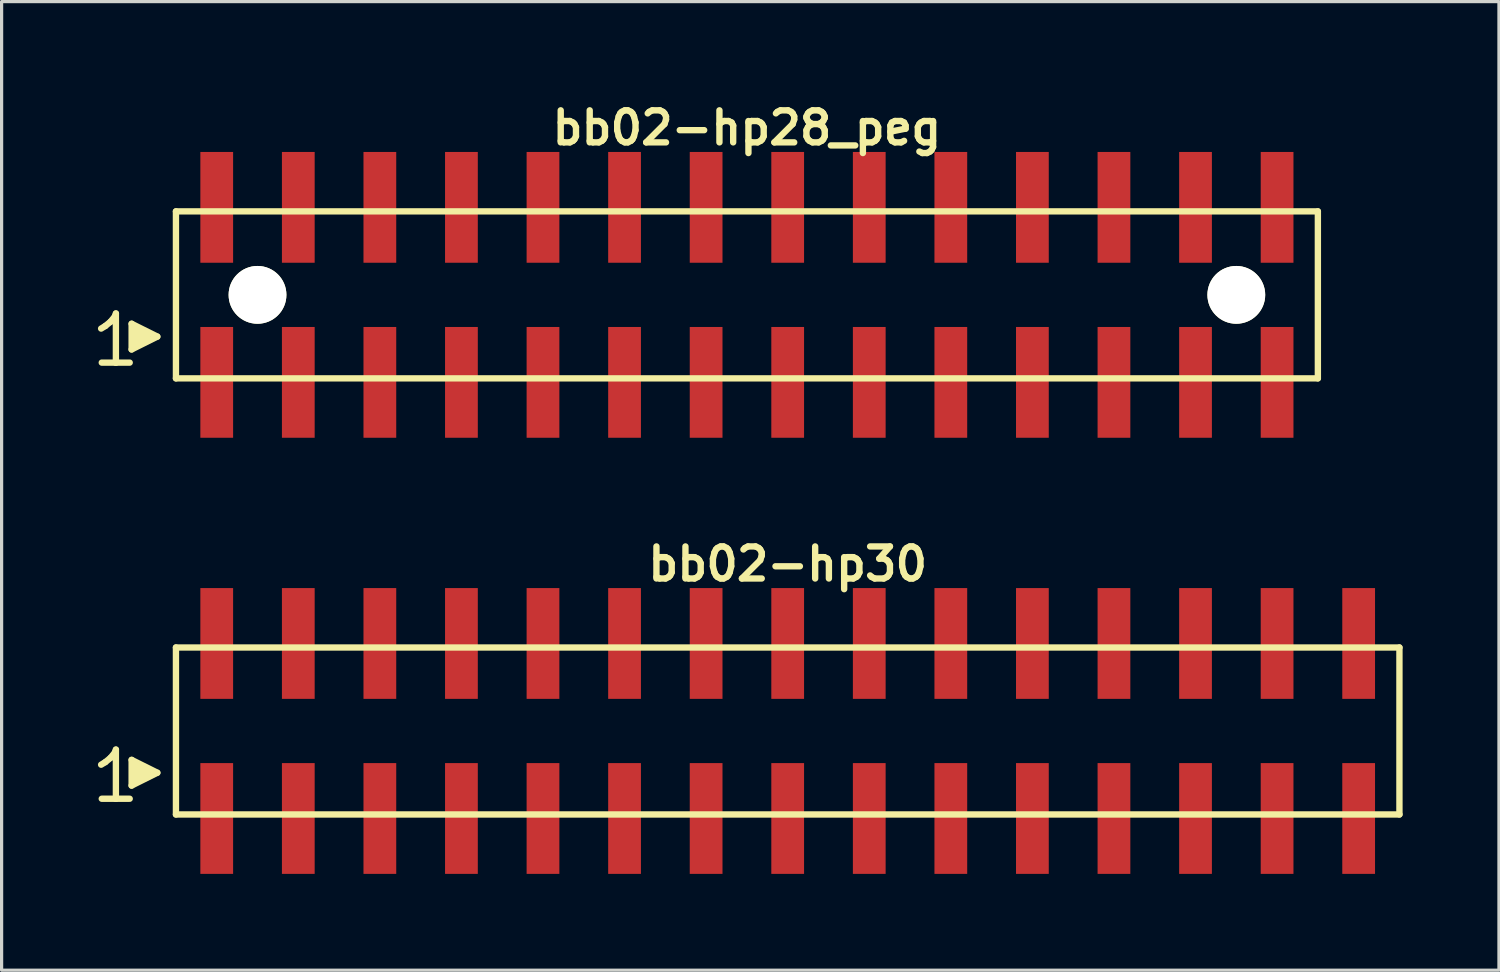
<source format=kicad_pcb>
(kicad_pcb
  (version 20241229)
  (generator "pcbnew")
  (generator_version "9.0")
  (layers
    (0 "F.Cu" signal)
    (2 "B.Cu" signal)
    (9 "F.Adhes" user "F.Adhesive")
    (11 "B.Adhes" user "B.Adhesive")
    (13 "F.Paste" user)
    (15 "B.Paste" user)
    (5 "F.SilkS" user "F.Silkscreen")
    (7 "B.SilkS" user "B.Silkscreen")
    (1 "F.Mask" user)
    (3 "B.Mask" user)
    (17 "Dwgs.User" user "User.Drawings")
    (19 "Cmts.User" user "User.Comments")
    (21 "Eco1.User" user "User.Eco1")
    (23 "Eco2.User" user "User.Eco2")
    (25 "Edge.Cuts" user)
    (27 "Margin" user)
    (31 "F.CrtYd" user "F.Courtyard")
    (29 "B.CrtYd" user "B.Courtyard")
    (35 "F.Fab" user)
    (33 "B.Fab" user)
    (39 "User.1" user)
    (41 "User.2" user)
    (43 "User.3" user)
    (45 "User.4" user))
  (footprint "bb02-hp30"
    (layer "F.Cu")
    (at 21.479 19.713)
    (property "Reference" "bb02-hp30" (at 0 -5.2 0) (layer "F.SilkS") (effects (font (size 0.998 0.998) (thickness 0.198))))
    (attr through_hole)
    (fp_line (start -21.38 1.05) (end -21.25 0.97) (stroke (width 0.198) (type solid)) (layer "F.SilkS"))
    (fp_line (start -21.25 0.97) (end -21.09 0.84) (stroke (width 0.198) (type solid)) (layer "F.SilkS"))
    (fp_line (start -21.09 0.84) (end -20.95 0.67) (stroke (width 0.198) (type solid)) (layer "F.SilkS"))
    (fp_line (start -20.95 0.67) (end -20.92 0.58) (stroke (width 0.198) (type solid)) (layer "F.SilkS"))
    (fp_line (start -20.92 0.58) (end -20.92 2.11) (stroke (width 0.198) (type solid)) (layer "F.SilkS"))
    (fp_line (start -20.92 2.11) (end -21.36 2.11) (stroke (width 0.198) (type solid)) (layer "F.SilkS"))
    (fp_line (start -20.49 2.11) (end -20.93 2.11) (stroke (width 0.198) (type solid)) (layer "F.SilkS"))
    (fp_line (start -20.43 0.9) (end -19.63 1.3) (stroke (width 0.198) (type solid)) (layer "F.SilkS"))
    (fp_line (start -20.43 1.7) (end -20.43 0.9) (stroke (width 0.198) (type solid)) (layer "F.SilkS"))
    (fp_line (start -20.33 1.6) (end -20.33 1) (stroke (width 0.198) (type solid)) (layer "F.SilkS"))
    (fp_line (start -20.23 1.1) (end -20.23 1.5) (stroke (width 0.198) (type solid)) (layer "F.SilkS"))
    (fp_line (start -20.13 1.5) (end -20.13 1.1) (stroke (width 0.198) (type solid)) (layer "F.SilkS"))
    (fp_line (start -20.03 1.2) (end -20.03 1.4) (stroke (width 0.198) (type solid)) (layer "F.SilkS"))
    (fp_line (start -19.93 1.4) (end -19.93 1.2) (stroke (width 0.198) (type solid)) (layer "F.SilkS"))
    (fp_line (start -19.63 1.3) (end -20.43 1.7) (stroke (width 0.198) (type solid)) (layer "F.SilkS"))
    (fp_line (start -19.05 -2.6) (end -19.05 2.6) (stroke (width 0.198) (type solid)) (layer "F.SilkS"))
    (fp_line (start -19.05 -2.6) (end 19.05 -2.6) (stroke (width 0.198) (type solid)) (layer "F.SilkS"))
    (fp_line (start 19.05 2.6) (end -19.05 2.6) (stroke (width 0.198) (type solid)) (layer "F.SilkS"))
    (fp_line (start 19.05 2.6) (end 19.05 -2.6) (stroke (width 0.198) (type solid)) (layer "F.SilkS"))
    (pad "1" smd rect (at -17.78 2.725) (size 1.02 3.45) (layers "F.Cu" "F.Mask" "F.Paste"))
    (pad "2" smd rect (at -17.78 -2.725) (size 1.02 3.45) (layers "F.Cu" "F.Mask" "F.Paste"))
    (pad "3" smd rect (at -15.24 2.725) (size 1.02 3.45) (layers "F.Cu" "F.Mask" "F.Paste"))
    (pad "4" smd rect (at -15.24 -2.725) (size 1.02 3.45) (layers "F.Cu" "F.Mask" "F.Paste"))
    (pad "5" smd rect (at -12.7 2.725) (size 1.02 3.45) (layers "F.Cu" "F.Mask" "F.Paste"))
    (pad "6" smd rect (at -12.7 -2.725) (size 1.02 3.45) (layers "F.Cu" "F.Mask" "F.Paste"))
    (pad "7" smd rect (at -10.16 2.725) (size 1.02 3.45) (layers "F.Cu" "F.Mask" "F.Paste"))
    (pad "8" smd rect (at -10.16 -2.725) (size 1.02 3.45) (layers "F.Cu" "F.Mask" "F.Paste"))
    (pad "9" smd rect (at -7.62 2.725) (size 1.02 3.45) (layers "F.Cu" "F.Mask" "F.Paste"))
    (pad "10" smd rect (at -7.62 -2.725) (size 1.02 3.45) (layers "F.Cu" "F.Mask" "F.Paste"))
    (pad "11" smd rect (at -5.08 2.725) (size 1.02 3.45) (layers "F.Cu" "F.Mask" "F.Paste"))
    (pad "12" smd rect (at -5.08 -2.725) (size 1.02 3.45) (layers "F.Cu" "F.Mask" "F.Paste"))
    (pad "13" smd rect (at -2.54 2.725) (size 1.02 3.45) (layers "F.Cu" "F.Mask" "F.Paste"))
    (pad "14" smd rect (at -2.54 -2.725) (size 1.02 3.45) (layers "F.Cu" "F.Mask" "F.Paste"))
    (pad "15" smd rect (at 0 2.725) (size 1.02 3.45) (layers "F.Cu" "F.Mask" "F.Paste"))
    (pad "16" smd rect (at 0 -2.725) (size 1.02 3.45) (layers "F.Cu" "F.Mask" "F.Paste"))
    (pad "17" smd rect (at 2.54 2.725) (size 1.02 3.45) (layers "F.Cu" "F.Mask" "F.Paste"))
    (pad "18" smd rect (at 2.54 -2.725) (size 1.02 3.45) (layers "F.Cu" "F.Mask" "F.Paste"))
    (pad "19" smd rect (at 5.08 2.725) (size 1.02 3.45) (layers "F.Cu" "F.Mask" "F.Paste"))
    (pad "20" smd rect (at 5.08 -2.725) (size 1.02 3.45) (layers "F.Cu" "F.Mask" "F.Paste"))
    (pad "21" smd rect (at 7.62 2.725) (size 1.02 3.45) (layers "F.Cu" "F.Mask" "F.Paste"))
    (pad "22" smd rect (at 7.62 -2.725) (size 1.02 3.45) (layers "F.Cu" "F.Mask" "F.Paste"))
    (pad "23" smd rect (at 10.16 2.725) (size 1.02 3.45) (layers "F.Cu" "F.Mask" "F.Paste"))
    (pad "24" smd rect (at 10.16 -2.725) (size 1.02 3.45) (layers "F.Cu" "F.Mask" "F.Paste"))
    (pad "25" smd rect (at 12.7 2.725) (size 1.02 3.45) (layers "F.Cu" "F.Mask" "F.Paste"))
    (pad "26" smd rect (at 12.7 -2.725) (size 1.02 3.45) (layers "F.Cu" "F.Mask" "F.Paste"))
    (pad "27" smd rect (at 15.24 2.725) (size 1.02 3.45) (layers "F.Cu" "F.Mask" "F.Paste"))
    (pad "28" smd rect (at 15.24 -2.725) (size 1.02 3.45) (layers "F.Cu" "F.Mask" "F.Paste"))
    (pad "29" smd rect (at 17.78 2.725) (size 1.02 3.45) (layers "F.Cu" "F.Mask" "F.Paste"))
    (pad "30" smd rect (at 17.78 -2.725) (size 1.02 3.45) (layers "F.Cu" "F.Mask" "F.Paste")))
  (footprint "bb02-hp28_peg"
    (layer "F.Cu")
    (at 20.209 6.132)
    (property "Reference" "bb02-hp28_peg" (at 0 -5.2 0) (layer "F.SilkS") (effects (font (size 0.998 0.998) (thickness 0.198))))
    (attr through_hole)
    (fp_line (start -20.11 1.05) (end -19.98 0.97) (stroke (width 0.198) (type solid)) (layer "F.SilkS"))
    (fp_line (start -19.98 0.97) (end -19.82 0.84) (stroke (width 0.198) (type solid)) (layer "F.SilkS"))
    (fp_line (start -19.82 0.84) (end -19.68 0.67) (stroke (width 0.198) (type solid)) (layer "F.SilkS"))
    (fp_line (start -19.68 0.67) (end -19.65 0.58) (stroke (width 0.198) (type solid)) (layer "F.SilkS"))
    (fp_line (start -19.65 0.58) (end -19.65 2.11) (stroke (width 0.198) (type solid)) (layer "F.SilkS"))
    (fp_line (start -19.65 2.11) (end -20.09 2.11) (stroke (width 0.198) (type solid)) (layer "F.SilkS"))
    (fp_line (start -19.22 2.11) (end -19.66 2.11) (stroke (width 0.198) (type solid)) (layer "F.SilkS"))
    (fp_line (start -19.16 0.9) (end -18.36 1.3) (stroke (width 0.198) (type solid)) (layer "F.SilkS"))
    (fp_line (start -19.16 1.7) (end -19.16 0.9) (stroke (width 0.198) (type solid)) (layer "F.SilkS"))
    (fp_line (start -19.06 1.6) (end -19.06 1) (stroke (width 0.198) (type solid)) (layer "F.SilkS"))
    (fp_line (start -18.96 1.1) (end -18.96 1.5) (stroke (width 0.198) (type solid)) (layer "F.SilkS"))
    (fp_line (start -18.86 1.5) (end -18.86 1.1) (stroke (width 0.198) (type solid)) (layer "F.SilkS"))
    (fp_line (start -18.76 1.2) (end -18.76 1.4) (stroke (width 0.198) (type solid)) (layer "F.SilkS"))
    (fp_line (start -18.66 1.4) (end -18.66 1.2) (stroke (width 0.198) (type solid)) (layer "F.SilkS"))
    (fp_line (start -18.36 1.3) (end -19.16 1.7) (stroke (width 0.198) (type solid)) (layer "F.SilkS"))
    (fp_line (start -17.78 -2.6) (end -17.78 2.6) (stroke (width 0.198) (type solid)) (layer "F.SilkS"))
    (fp_line (start -17.78 -2.6) (end 17.78 -2.6) (stroke (width 0.198) (type solid)) (layer "F.SilkS"))
    (fp_line (start 17.78 2.6) (end -17.78 2.6) (stroke (width 0.198) (type solid)) (layer "F.SilkS"))
    (fp_line (start 17.78 2.6) (end 17.78 -2.6) (stroke (width 0.198) (type solid)) (layer "F.SilkS"))
    (pad "" np_thru_hole circle (at -15.24 0) (size 1.8 1.8) (drill 1.8) (layers "*.Cu" "*.Mask" "F.SilkS"))
    (pad "" np_thru_hole circle (at 15.24 0) (size 1.8 1.8) (drill 1.8) (layers "*.Cu" "*.Mask" "F.SilkS"))
    (pad "1" smd rect (at -16.51 2.725) (size 1.02 3.45) (layers "F.Cu" "F.Mask" "F.Paste"))
    (pad "2" smd rect (at -16.51 -2.725) (size 1.02 3.45) (layers "F.Cu" "F.Mask" "F.Paste"))
    (pad "3" smd rect (at -13.97 2.725) (size 1.02 3.45) (layers "F.Cu" "F.Mask" "F.Paste"))
    (pad "4" smd rect (at -13.97 -2.725) (size 1.02 3.45) (layers "F.Cu" "F.Mask" "F.Paste"))
    (pad "5" smd rect (at -11.43 2.725) (size 1.02 3.45) (layers "F.Cu" "F.Mask" "F.Paste"))
    (pad "6" smd rect (at -11.43 -2.725) (size 1.02 3.45) (layers "F.Cu" "F.Mask" "F.Paste"))
    (pad "7" smd rect (at -8.89 2.725) (size 1.02 3.45) (layers "F.Cu" "F.Mask" "F.Paste"))
    (pad "8" smd rect (at -8.89 -2.725) (size 1.02 3.45) (layers "F.Cu" "F.Mask" "F.Paste"))
    (pad "9" smd rect (at -6.35 2.725) (size 1.02 3.45) (layers "F.Cu" "F.Mask" "F.Paste"))
    (pad "10" smd rect (at -6.35 -2.725) (size 1.02 3.45) (layers "F.Cu" "F.Mask" "F.Paste"))
    (pad "11" smd rect (at -3.81 2.725) (size 1.02 3.45) (layers "F.Cu" "F.Mask" "F.Paste"))
    (pad "12" smd rect (at -3.81 -2.725) (size 1.02 3.45) (layers "F.Cu" "F.Mask" "F.Paste"))
    (pad "13" smd rect (at -1.27 2.725) (size 1.02 3.45) (layers "F.Cu" "F.Mask" "F.Paste"))
    (pad "14" smd rect (at -1.27 -2.725) (size 1.02 3.45) (layers "F.Cu" "F.Mask" "F.Paste"))
    (pad "15" smd rect (at 1.27 2.725) (size 1.02 3.45) (layers "F.Cu" "F.Mask" "F.Paste"))
    (pad "16" smd rect (at 1.27 -2.725) (size 1.02 3.45) (layers "F.Cu" "F.Mask" "F.Paste"))
    (pad "17" smd rect (at 3.81 2.725) (size 1.02 3.45) (layers "F.Cu" "F.Mask" "F.Paste"))
    (pad "18" smd rect (at 3.81 -2.725) (size 1.02 3.45) (layers "F.Cu" "F.Mask" "F.Paste"))
    (pad "19" smd rect (at 6.35 2.725) (size 1.02 3.45) (layers "F.Cu" "F.Mask" "F.Paste"))
    (pad "20" smd rect (at 6.35 -2.725) (size 1.02 3.45) (layers "F.Cu" "F.Mask" "F.Paste"))
    (pad "21" smd rect (at 8.89 2.725) (size 1.02 3.45) (layers "F.Cu" "F.Mask" "F.Paste"))
    (pad "22" smd rect (at 8.89 -2.725) (size 1.02 3.45) (layers "F.Cu" "F.Mask" "F.Paste"))
    (pad "23" smd rect (at 11.43 2.725) (size 1.02 3.45) (layers "F.Cu" "F.Mask" "F.Paste"))
    (pad "24" smd rect (at 11.43 -2.725) (size 1.02 3.45) (layers "F.Cu" "F.Mask" "F.Paste"))
    (pad "25" smd rect (at 13.97 2.725) (size 1.02 3.45) (layers "F.Cu" "F.Mask" "F.Paste"))
    (pad "26" smd rect (at 13.97 -2.725) (size 1.02 3.45) (layers "F.Cu" "F.Mask" "F.Paste"))
    (pad "27" smd rect (at 16.51 2.725) (size 1.02 3.45) (layers "F.Cu" "F.Mask" "F.Paste"))
    (pad "28" smd rect (at 16.51 -2.725) (size 1.02 3.45) (layers "F.Cu" "F.Mask" "F.Paste")))
  (gr_rect
    (start -3 -3)
    (end 43.628 27.163)
    (stroke (width 0.1) (type default))
    (fill no)
    (layer "Edge.Cuts")))
</source>
